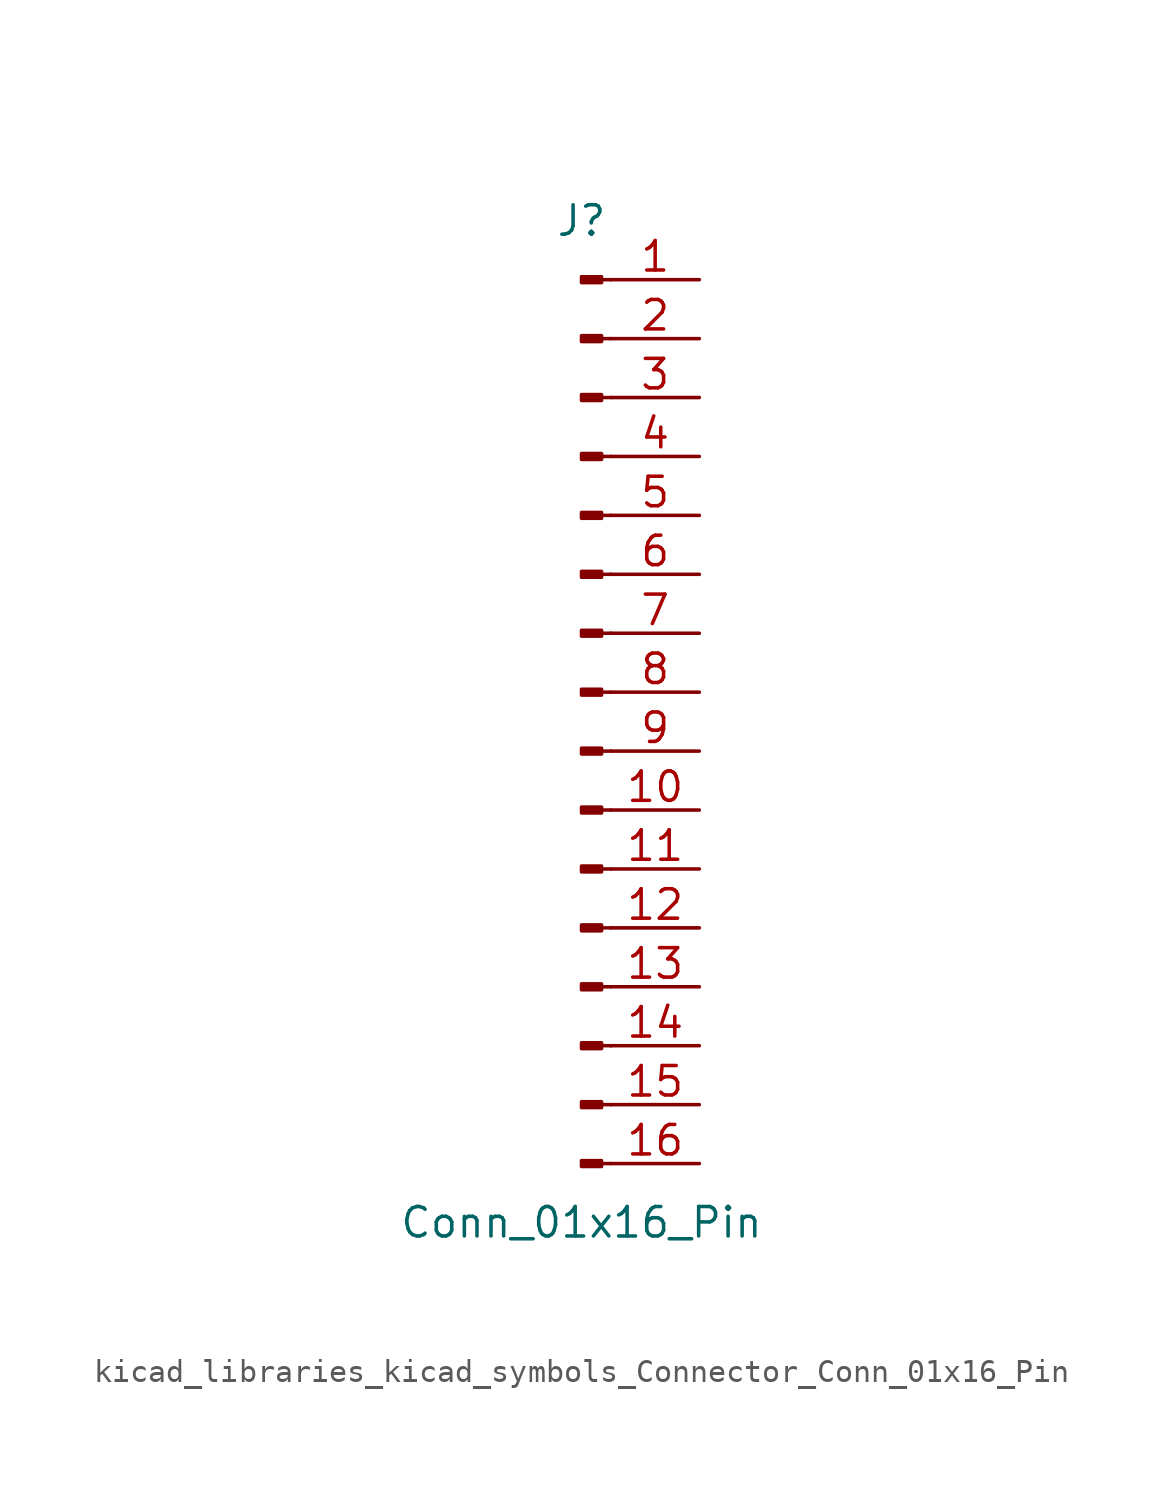
<source format=kicad_sym>
(kicad_symbol_lib
  (version 20220914)
  (generator kicad_symbol_editor)
  (symbol "kicad_libraries_kicad_symbols_Connector_Conn_01x16_Pin"
    (pin_names
      (offset 1.016) hide)
    (property "Reference" "J"
      (at 0 20.32 0)
      (effects (font (size 1.27 1.27))))
    (property "Value" "Conn_01x16_Pin"
      (at 0 -22.86 0)
      (effects (font (size 1.27 1.27))))
    (property "ki_locked" ""
      (at 0 0 0)
      (effects (font (size 1.27 1.27))))
    (symbol "kicad_libraries_kicad_symbols_Connector_Conn_01x16_Pin_1_1"
      (polyline (pts (xy 1.27 -20.32) (xy 0.864 -20.32)) (stroke (width 0.152) (type default)) (fill (type none)))
      (polyline (pts (xy 1.27 -17.78) (xy 0.864 -17.78)) (stroke (width 0.152) (type default)) (fill (type none)))
      (polyline (pts (xy 1.27 -15.24) (xy 0.864 -15.24)) (stroke (width 0.152) (type default)) (fill (type none)))
      (polyline (pts (xy 1.27 -12.7) (xy 0.864 -12.7)) (stroke (width 0.152) (type default)) (fill (type none)))
      (polyline (pts (xy 1.27 -10.16) (xy 0.864 -10.16)) (stroke (width 0.152) (type default)) (fill (type none)))
      (polyline (pts (xy 1.27 -7.62) (xy 0.864 -7.62)) (stroke (width 0.152) (type default)) (fill (type none)))
      (polyline (pts (xy 1.27 -5.08) (xy 0.864 -5.08)) (stroke (width 0.152) (type default)) (fill (type none)))
      (polyline (pts (xy 1.27 -2.54) (xy 0.864 -2.54)) (stroke (width 0.152) (type default)) (fill (type none)))
      (polyline (pts (xy 1.27 0) (xy 0.864 0)) (stroke (width 0.152) (type default)) (fill (type none)))
      (polyline (pts (xy 1.27 2.54) (xy 0.864 2.54)) (stroke (width 0.152) (type default)) (fill (type none)))
      (polyline (pts (xy 1.27 5.08) (xy 0.864 5.08)) (stroke (width 0.152) (type default)) (fill (type none)))
      (polyline (pts (xy 1.27 7.62) (xy 0.864 7.62)) (stroke (width 0.152) (type default)) (fill (type none)))
      (polyline (pts (xy 1.27 10.16) (xy 0.864 10.16)) (stroke (width 0.152) (type default)) (fill (type none)))
      (polyline (pts (xy 1.27 12.7) (xy 0.864 12.7)) (stroke (width 0.152) (type default)) (fill (type none)))
      (polyline (pts (xy 1.27 15.24) (xy 0.864 15.24)) (stroke (width 0.152) (type default)) (fill (type none)))
      (polyline (pts (xy 1.27 17.78) (xy 0.864 17.78)) (stroke (width 0.152) (type default)) (fill (type none)))
      (rectangle (start 0.864 -20.193) (end 0 -20.447) (stroke (width 0.152) (type default)) (fill (type outline)))
      (rectangle (start 0.864 -17.653) (end 0 -17.907) (stroke (width 0.152) (type default)) (fill (type outline)))
      (rectangle (start 0.864 -15.113) (end 0 -15.367) (stroke (width 0.152) (type default)) (fill (type outline)))
      (rectangle (start 0.864 -12.573) (end 0 -12.827) (stroke (width 0.152) (type default)) (fill (type outline)))
      (rectangle (start 0.864 -10.033) (end 0 -10.287) (stroke (width 0.152) (type default)) (fill (type outline)))
      (rectangle (start 0.864 -7.493) (end 0 -7.747) (stroke (width 0.152) (type default)) (fill (type outline)))
      (rectangle (start 0.864 -4.953) (end 0 -5.207) (stroke (width 0.152) (type default)) (fill (type outline)))
      (rectangle (start 0.864 -2.413) (end 0 -2.667) (stroke (width 0.152) (type default)) (fill (type outline)))
      (rectangle (start 0.864 0.127) (end 0 -0.127) (stroke (width 0.152) (type default)) (fill (type outline)))
      (rectangle (start 0.864 2.667) (end 0 2.413) (stroke (width 0.152) (type default)) (fill (type outline)))
      (rectangle (start 0.864 5.207) (end 0 4.953) (stroke (width 0.152) (type default)) (fill (type outline)))
      (rectangle (start 0.864 7.747) (end 0 7.493) (stroke (width 0.152) (type default)) (fill (type outline)))
      (rectangle (start 0.864 10.287) (end 0 10.033) (stroke (width 0.152) (type default)) (fill (type outline)))
      (rectangle (start 0.864 12.827) (end 0 12.573) (stroke (width 0.152) (type default)) (fill (type outline)))
      (rectangle (start 0.864 15.367) (end 0 15.113) (stroke (width 0.152) (type default)) (fill (type outline)))
      (rectangle (start 0.864 17.907) (end 0 17.653) (stroke (width 0.152) (type default)) (fill (type outline)))
      (pin passive line (at 5.08 17.78 180) (length 3.81) (name "Pin_1" (effects (font (size 1.27 1.27)))) (number "1" (effects (font (size 1.27 1.27)))))
      (pin passive line (at 5.08 -5.08 180) (length 3.81) (name "Pin_10" (effects (font (size 1.27 1.27)))) (number "10" (effects (font (size 1.27 1.27)))))
      (pin passive line (at 5.08 -7.62 180) (length 3.81) (name "Pin_11" (effects (font (size 1.27 1.27)))) (number "11" (effects (font (size 1.27 1.27)))))
      (pin passive line (at 5.08 -10.16 180) (length 3.81) (name "Pin_12" (effects (font (size 1.27 1.27)))) (number "12" (effects (font (size 1.27 1.27)))))
      (pin passive line (at 5.08 -12.7 180) (length 3.81) (name "Pin_13" (effects (font (size 1.27 1.27)))) (number "13" (effects (font (size 1.27 1.27)))))
      (pin passive line (at 5.08 -15.24 180) (length 3.81) (name "Pin_14" (effects (font (size 1.27 1.27)))) (number "14" (effects (font (size 1.27 1.27)))))
      (pin passive line (at 5.08 -17.78 180) (length 3.81) (name "Pin_15" (effects (font (size 1.27 1.27)))) (number "15" (effects (font (size 1.27 1.27)))))
      (pin passive line (at 5.08 -20.32 180) (length 3.81) (name "Pin_16" (effects (font (size 1.27 1.27)))) (number "16" (effects (font (size 1.27 1.27)))))
      (pin passive line (at 5.08 15.24 180) (length 3.81) (name "Pin_2" (effects (font (size 1.27 1.27)))) (number "2" (effects (font (size 1.27 1.27)))))
      (pin passive line (at 5.08 12.7 180) (length 3.81) (name "Pin_3" (effects (font (size 1.27 1.27)))) (number "3" (effects (font (size 1.27 1.27)))))
      (pin passive line (at 5.08 10.16 180) (length 3.81) (name "Pin_4" (effects (font (size 1.27 1.27)))) (number "4" (effects (font (size 1.27 1.27)))))
      (pin passive line (at 5.08 7.62 180) (length 3.81) (name "Pin_5" (effects (font (size 1.27 1.27)))) (number "5" (effects (font (size 1.27 1.27)))))
      (pin passive line (at 5.08 5.08 180) (length 3.81) (name "Pin_6" (effects (font (size 1.27 1.27)))) (number "6" (effects (font (size 1.27 1.27)))))
      (pin passive line (at 5.08 2.54 180) (length 3.81) (name "Pin_7" (effects (font (size 1.27 1.27)))) (number "7" (effects (font (size 1.27 1.27)))))
      (pin passive line (at 5.08 0 180) (length 3.81) (name "Pin_8" (effects (font (size 1.27 1.27)))) (number "8" (effects (font (size 1.27 1.27)))))
      (pin passive line (at 5.08 -2.54 180) (length 3.81) (name "Pin_9" (effects (font (size 1.27 1.27)))) (number "9" (effects (font (size 1.27 1.27))))))))
</source>
